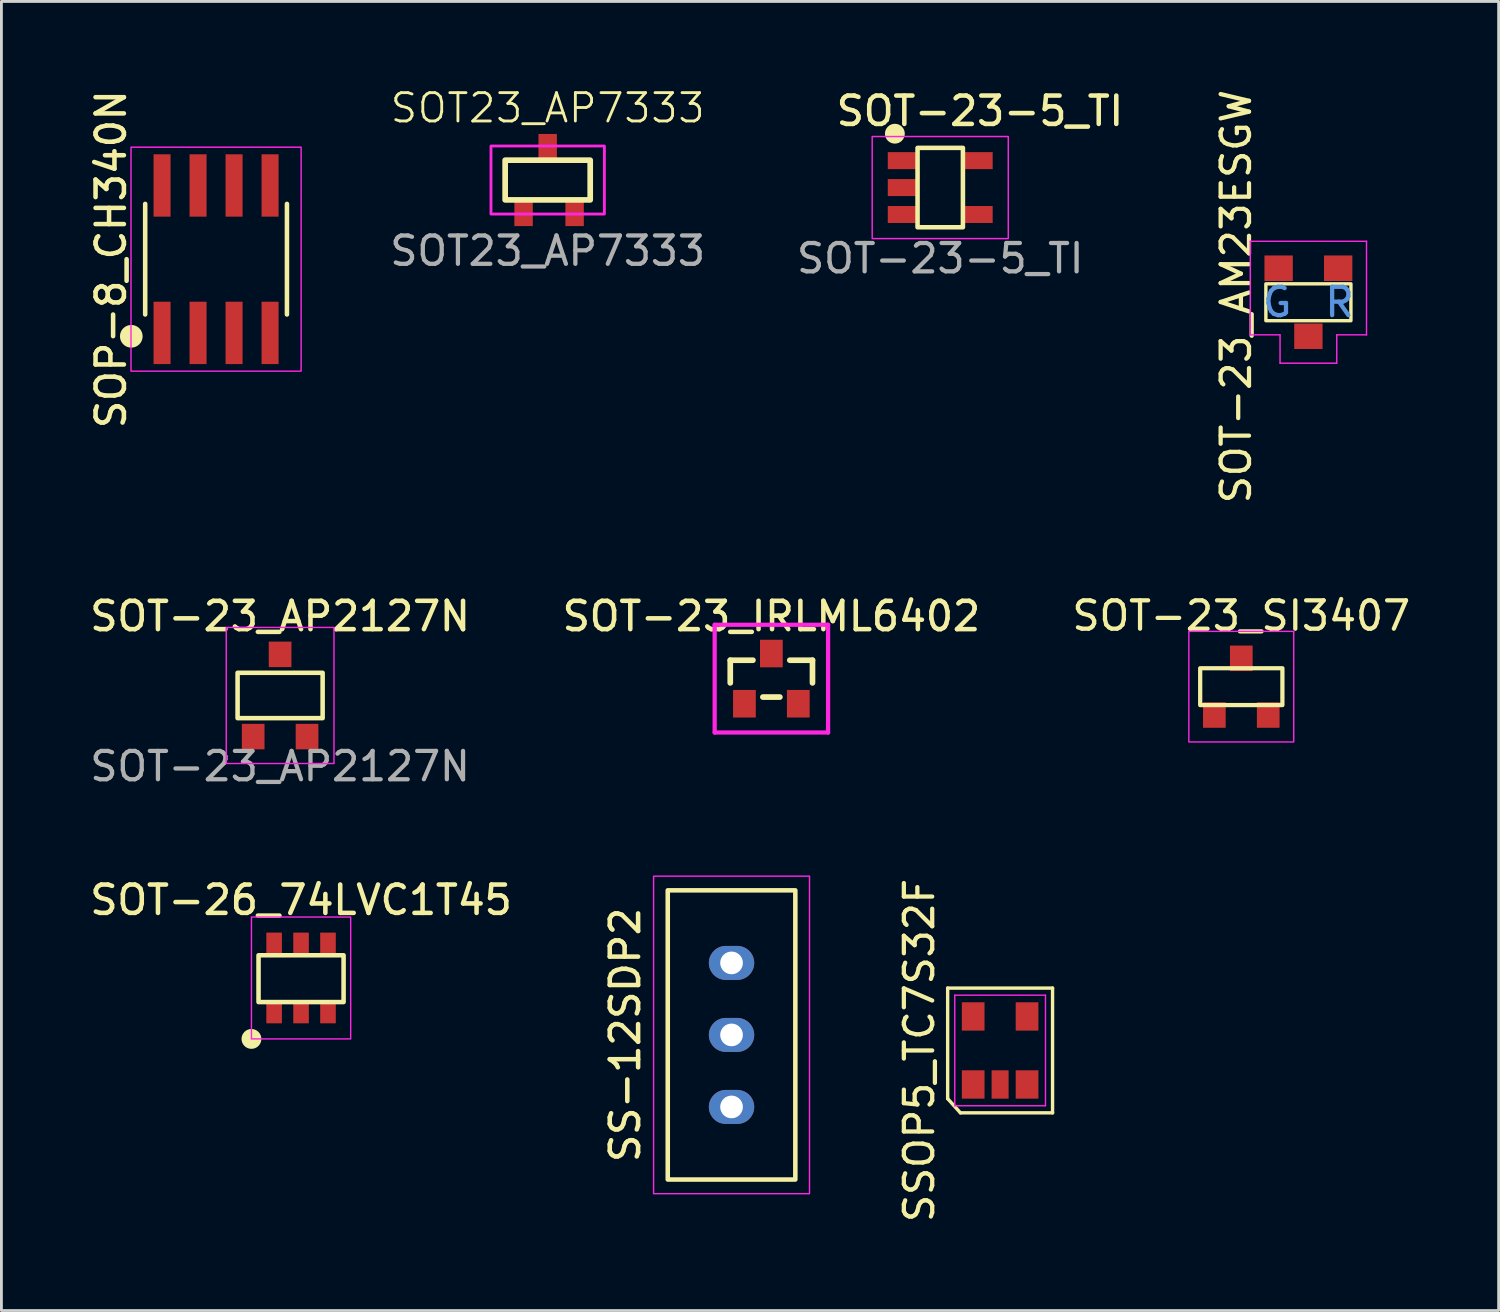
<source format=kicad_pcb>
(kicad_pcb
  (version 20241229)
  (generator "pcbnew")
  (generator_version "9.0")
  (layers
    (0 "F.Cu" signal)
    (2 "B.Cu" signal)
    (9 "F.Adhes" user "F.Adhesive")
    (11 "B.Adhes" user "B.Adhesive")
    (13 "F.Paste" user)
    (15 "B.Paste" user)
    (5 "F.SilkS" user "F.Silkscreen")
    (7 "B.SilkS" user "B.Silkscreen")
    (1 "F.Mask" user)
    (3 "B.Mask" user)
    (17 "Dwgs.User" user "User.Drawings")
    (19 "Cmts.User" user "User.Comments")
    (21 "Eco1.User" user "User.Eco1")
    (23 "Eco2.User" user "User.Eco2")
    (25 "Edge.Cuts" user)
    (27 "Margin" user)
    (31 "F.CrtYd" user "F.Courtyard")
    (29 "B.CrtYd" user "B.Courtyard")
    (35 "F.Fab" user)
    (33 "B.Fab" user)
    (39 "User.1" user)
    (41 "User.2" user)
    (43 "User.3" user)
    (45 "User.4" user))
  (footprint "SSOP5_TC7S32F"
    (layer "F.Cu")
    (at 32.226 34.002)
    (property "Reference" "SSOP5_TC7S32F" (at -2.85 0 90) (layer "F.SilkS") (effects (font (size 1 1) (thickness 0.15))))
    (attr smd)
    (fp_line (start -1.85 -2.2) (end 1.85 -2.2) (stroke (width 0.12) (type default)) (layer "F.SilkS"))
    (fp_line (start -1.85 1.7) (end -1.85 -2.2) (stroke (width 0.12) (type default)) (layer "F.SilkS"))
    (fp_line (start -1.4 2.2) (end -1.85 1.7) (stroke (width 0.12) (type default)) (layer "F.SilkS"))
    (fp_line (start 1.85 -2.2) (end 1.85 2.2) (stroke (width 0.12) (type default)) (layer "F.SilkS"))
    (fp_line (start 1.85 2.2) (end -1.4 2.2) (stroke (width 0.12) (type default)) (layer "F.SilkS"))
    (fp_line (start -1.6 -1.95) (end 1.6 -1.95) (stroke (width 0.05) (type default)) (layer "F.CrtYd"))
    (fp_line (start -1.6 1.95) (end -1.6 -1.95) (stroke (width 0.05) (type default)) (layer "F.CrtYd"))
    (fp_line (start 1.6 -1.95) (end 1.6 1.95) (stroke (width 0.05) (type default)) (layer "F.CrtYd"))
    (fp_line (start 1.6 1.95) (end -1.6 1.95) (stroke (width 0.05) (type default)) (layer "F.CrtYd"))
    (pad "1" smd rect (at -0.95 1.2) (size 0.8 1) (layers "F.Cu" "F.Mask" "F.Paste"))
    (pad "2" smd rect (at 0 1.2) (size 0.6 1) (layers "F.Cu" "F.Mask" "F.Paste"))
    (pad "3" smd rect (at 0.95 1.2) (size 0.8 1) (layers "F.Cu" "F.Mask" "F.Paste"))
    (pad "4" smd rect (at 0.95 -1.2) (size 0.8 1) (layers "F.Cu" "F.Mask" "F.Paste"))
    (pad "5" smd rect (at -0.95 -1.2) (size 0.8 1) (layers "F.Cu" "F.Mask" "F.Paste")))
  (footprint "SOT-23_AM23ESGW"
    (layer "F.Cu")
    (at 43.1 7.611)
    (property "Reference" "SOT-23_AM23ESGW" (at -2.55 -0.2 90) (unlocked yes) (layer "F.SilkS") (effects (font (size 1 1) (thickness 0.15))))
    (attr smd)
    (fp_rect (start -1.5 -0.65) (end 1.5 0.65) (stroke (width 0.12) (type solid)) (fill no) (layer "F.SilkS"))
    (fp_line (start -2.05 -2.15) (end -2.05 1.15) (stroke (width 0.05) (type solid)) (layer "F.CrtYd"))
    (fp_line (start -2.05 1.15) (end -1 1.15) (stroke (width 0.05) (type solid)) (layer "F.CrtYd"))
    (fp_line (start -1 1.15) (end -1 2.15) (stroke (width 0.05) (type solid)) (layer "F.CrtYd"))
    (fp_line (start -1 2.15) (end 1 2.15) (stroke (width 0.05) (type solid)) (layer "F.CrtYd"))
    (fp_line (start 1 1.15) (end 2.05 1.15) (stroke (width 0.05) (type solid)) (layer "F.CrtYd"))
    (fp_line (start 1 2.15) (end 1 1.15) (stroke (width 0.05) (type solid)) (layer "F.CrtYd"))
    (fp_line (start 2.05 -2.15) (end -2.05 -2.15) (stroke (width 0.05) (type solid)) (layer "F.CrtYd"))
    (fp_line (start 2.05 1.15) (end 2.05 -2.15) (stroke (width 0.05) (type solid)) (layer "F.CrtYd"))
    (fp_text user "G" (at -1.1 0 0) (unlocked yes) (layer "Cmts.User") (effects (font (size 1 1) (thickness 0.15))))
    (fp_text user "R" (at 1.1 0 0) (unlocked yes) (layer "Cmts.User") (effects (font (size 1 1) (thickness 0.15))))
    (pad "1" smd rect (at 1.05 -1.2) (size 1 0.9) (layers "F.Cu" "F.Mask" "F.Paste"))
    (pad "2" smd rect (at -1.05 -1.2) (size 1 0.9) (layers "F.Cu" "F.Mask" "F.Paste"))
    (pad "3" smd rect (at 0 1.2) (size 1 0.9) (layers "F.Cu" "F.Mask" "F.Paste")))
  (footprint "SS-12SDP2"
    (layer "F.Cu")
    (at 22.753 33.454)
    (property "Reference" "SS-12SDP2" (at -3.75 0 90) (unlocked yes) (layer "F.SilkS") (effects (font (size 1 1) (thickness 0.16))))
    (attr through_hole)
    (fp_rect (start -2.25 -5.1) (end 2.25 5.1) (stroke (width 0.16) (type solid)) (fill no) (layer "F.SilkS"))
    (fp_rect (start -2.75 -5.6) (end 2.75 5.6) (stroke (width 0.05) (type solid)) (fill no) (layer "F.CrtYd"))
    (pad "1" thru_hole oval (at 0 2.54) (size 1.6 1.2) (drill 0.8) (layers "*.Cu" "*.Mask"))
    (pad "2" thru_hole oval (at 0 0) (size 1.6 1.2) (drill 0.8) (layers "*.Cu" "*.Mask"))
    (pad "3" thru_hole oval (at 0 -2.54) (size 1.6 1.2) (drill 0.8) (layers "*.Cu" "*.Mask")))
  (footprint "SOT-23_IRLML6402"
    (layer "F.Cu")
    (at 24.158 20.887)
    (property "Reference" "SOT-23_IRLML6402" (at 0 -2.2 0) (layer "F.SilkS") (effects (font (size 1 1) (thickness 0.16))))
    (attr through_hole)
    (fp_line (start -1.45 0.15) (end -1.45 -0.65) (stroke (width 0.2) (type solid)) (layer "F.SilkS"))
    (fp_line (start -0.65 -0.65) (end -1.45 -0.65) (stroke (width 0.2) (type solid)) (layer "F.SilkS"))
    (fp_line (start -0.3 0.65) (end 0.3 0.65) (stroke (width 0.2) (type solid)) (layer "F.SilkS"))
    (fp_line (start 0.65 -0.65) (end 1.45 -0.65) (stroke (width 0.2) (type solid)) (layer "F.SilkS"))
    (fp_line (start 1.45 0.15) (end 1.45 -0.65) (stroke (width 0.2) (type solid)) (layer "F.SilkS"))
    (fp_line (start -2 -1.9) (end 2 -1.9) (stroke (width 0.15) (type solid)) (layer "F.CrtYd"))
    (fp_line (start -2 1.9) (end -2 -1.9) (stroke (width 0.15) (type solid)) (layer "F.CrtYd"))
    (fp_line (start 2 -1.9) (end 2 1.9) (stroke (width 0.15) (type solid)) (layer "F.CrtYd"))
    (fp_line (start 2 1.9) (end -2 1.9) (stroke (width 0.15) (type solid)) (layer "F.CrtYd"))
    (pad "1" smd rect (at -0.95 0.885) (size 0.802 0.972) (layers "F.Cu" "F.Mask" "F.Paste"))
    (pad "2" smd rect (at 0.95 0.885) (size 0.802 0.972) (layers "F.Cu" "F.Mask" "F.Paste"))
    (pad "3" smd rect (at 0 -0.885) (size 0.802 0.972) (layers "F.Cu" "F.Mask" "F.Paste")))
  (footprint "SOT-26_74LVC1T45"
    (layer "F.Cu")
    (at 7.569 31.445)
    (property "Reference" "SOT-26_74LVC1T45" (at 0 -2.75 0) (unlocked yes) (layer "F.SilkS") (effects (font (size 1 1) (thickness 0.16))))
    (attr smd)
    (fp_rect (start -1.5 -0.8) (end 1.5 0.85) (stroke (width 0.16) (type default)) (fill no) (layer "F.SilkS"))
    (fp_circle (center -1.75 2.15) (end -1.45 2.15) (stroke (width 0.1) (type solid)) (fill yes) (layer "F.SilkS"))
    (fp_rect (start -1.75 -2.15) (end 1.75 2.15) (stroke (width 0.05) (type default)) (fill no) (layer "F.CrtYd"))
    (pad "1" smd rect (at -0.95 1.2) (size 0.55 0.8) (layers "F.Cu" "F.Mask" "F.Paste"))
    (pad "2" smd rect (at 0 1.2) (size 0.55 0.8) (layers "F.Cu" "F.Mask" "F.Paste"))
    (pad "3" smd rect (at 0.95 1.2) (size 0.55 0.8) (layers "F.Cu" "F.Mask" "F.Paste"))
    (pad "4" smd rect (at 0.95 -1.2) (size 0.55 0.8) (layers "F.Cu" "F.Mask" "F.Paste"))
    (pad "5" smd rect (at 0 -1.2) (size 0.55 0.8) (layers "F.Cu" "F.Mask" "F.Paste"))
    (pad "6" smd rect (at -0.95 -1.2) (size 0.55 0.8) (layers "F.Cu" "F.Mask" "F.Paste")))
  (footprint "SOT23_AP7333"
    (layer "F.Cu")
    (at 16.268 3.3)
    (property "Reference" "SOT23_AP7333" (at 0 -2.54 0) (unlocked yes) (layer "F.SilkS") (effects (font (size 1 1) (thickness 0.1))))
    (attr smd)
    (fp_rect (start -1.5 -0.7) (end 1.5 0.7) (stroke (width 0.2) (type default)) (fill no) (layer "F.SilkS"))
    (fp_rect (start -2 -1.2) (end 2 1.2) (stroke (width 0.1) (type default)) (fill no) (layer "F.CrtYd"))
    (fp_text user "${REFERENCE}" (at 0 2.5 0) (unlocked yes) (layer "F.Fab") (effects (font (size 1 1) (thickness 0.15))))
    (pad "1" smd rect (at -0.85 1.15) (size 0.65 0.95) (layers "F.Cu" "F.Mask" "F.Paste"))
    (pad "2" smd rect (at 0.95 1.15) (size 0.65 0.95) (layers "F.Cu" "F.Mask" "F.Paste"))
    (pad "3" smd rect (at 0 -1.15) (size 0.65 0.95) (layers "F.Cu" "F.Mask" "F.Paste")))
  (footprint "SOT-23-5_TI"
    (layer "F.Cu")
    (at 30.114 3.566)
    (property "Reference" "SOT-23-5_TI" (at 1.4 -2.7 0) (unlocked yes) (layer "F.SilkS") (effects (font (size 1 1) (thickness 0.16))))
    (attr smd)
    (fp_rect (start -0.8 -1.4) (end 0.8 1.4) (stroke (width 0.16) (type default)) (fill no) (layer "F.SilkS"))
    (fp_circle (center -1.6 -1.9) (end -1.3 -1.9) (stroke (width 0.1) (type solid)) (fill yes) (layer "F.SilkS"))
    (fp_rect (start -2.4 -1.8) (end 2.4 1.8) (stroke (width 0.05) (type default)) (fill no) (layer "F.CrtYd"))
    (fp_text user "${REFERENCE}" (at 0 2.5 0) (unlocked yes) (layer "F.Fab") (effects (font (size 1 1) (thickness 0.15))))
    (pad "1" smd rect (at -1.3 -0.95) (size 1.1 0.6) (layers "F.Cu" "F.Mask" "F.Paste"))
    (pad "2" smd rect (at -1.3 0) (size 1.1 0.6) (layers "F.Cu" "F.Mask" "F.Paste"))
    (pad "3" smd rect (at -1.3 0.95) (size 1.1 0.6) (layers "F.Cu" "F.Mask" "F.Paste"))
    (pad "4" smd rect (at 1.3 0.95) (size 1.1 0.6) (layers "F.Cu" "F.Mask" "F.Paste"))
    (pad "5" smd rect (at 1.3 -0.95) (size 1.1 0.6) (layers "F.Cu" "F.Mask" "F.Paste")))
  (footprint "SOT-23_AP2127N"
    (layer "F.Cu")
    (at 6.83 21.481)
    (property "Reference" "SOT-23_AP2127N" (at 0 -2.794 0) (unlocked yes) (layer "F.SilkS") (effects (font (size 1 1) (thickness 0.16))))
    (attr smd)
    (fp_rect (start -1.5 -0.8) (end 1.5 0.8) (stroke (width 0.16) (type default)) (fill no) (layer "F.SilkS"))
    (fp_rect (start -1.9 -2.4) (end 1.9 2.4) (stroke (width 0.05) (type default)) (fill no) (layer "F.CrtYd"))
    (fp_text user "${REFERENCE}" (at 0 2.5 0) (unlocked yes) (layer "F.Fab") (effects (font (size 1 1) (thickness 0.15))))
    (pad "1" smd rect (at -0.95 1.45) (size 0.8 0.9) (layers "F.Cu" "F.Mask" "F.Paste"))
    (pad "2" smd rect (at 0.95 1.45) (size 0.8 0.9) (layers "F.Cu" "F.Mask" "F.Paste"))
    (pad "3" smd rect (at 0 -1.45) (size 0.8 0.9) (layers "F.Cu" "F.Mask" "F.Paste")))
  (footprint "SOP-8_CH340N"
    (layer "F.Cu")
    (at 4.571 6.092)
    (property "Reference" "SOP-8_CH340N" (at -3.705 0 90) (layer "F.SilkS") (effects (font (size 1 1) (thickness 0.16))))
    (attr smd)
    (fp_line (start -2.5 -1.95) (end -2.5 1.95) (stroke (width 0.16) (type default)) (layer "F.SilkS"))
    (fp_line (start 2.5 -1.95) (end 2.5 1.95) (stroke (width 0.16) (type default)) (layer "F.SilkS"))
    (fp_circle (center -2.99 2.72) (end -2.64 2.72) (stroke (width 0.1) (type solid)) (fill yes) (layer "F.SilkS"))
    (fp_rect (start -3 -3.95) (end 3 3.95) (stroke (width 0.05) (type default)) (fill no) (layer "F.CrtYd"))
    (pad "1" smd rect (at -1.905 2.6) (size 0.6 2.2) (layers "F.Cu" "F.Mask" "F.Paste"))
    (pad "2" smd rect (at -0.635 2.6) (size 0.6 2.2) (layers "F.Cu" "F.Mask" "F.Paste"))
    (pad "3" smd rect (at 0.635 2.6) (size 0.6 2.2) (layers "F.Cu" "F.Mask" "F.Paste"))
    (pad "4" smd rect (at 1.905 2.6) (size 0.6 2.2) (layers "F.Cu" "F.Mask" "F.Paste"))
    (pad "5" smd rect (at 1.905 -2.6) (size 0.6 2.2) (layers "F.Cu" "F.Mask" "F.Paste"))
    (pad "6" smd rect (at 0.635 -2.6) (size 0.6 2.2) (layers "F.Cu" "F.Mask" "F.Paste"))
    (pad "7" smd rect (at -0.635 -2.6) (size 0.6 2.2) (layers "F.Cu" "F.Mask" "F.Paste"))
    (pad "8" smd rect (at -1.905 -2.6) (size 0.6 2.2) (layers "F.Cu" "F.Mask" "F.Paste")))
  (footprint "SOT-23_SI3407"
    (layer "F.Cu")
    (at 40.733 21.17)
    (property "Reference" "SOT-23_SI3407" (at 0 -2.5 0) (unlocked yes) (layer "F.SilkS") (effects (font (size 1 1) (thickness 0.15))))
    (attr smd)
    (fp_rect (start -1.45 0.65) (end 1.45 -0.65) (stroke (width 0.15) (type solid)) (fill no) (layer "F.SilkS"))
    (fp_rect (start -1.85 1.95) (end 1.85 -1.95) (stroke (width 0.05) (type solid)) (fill no) (layer "F.CrtYd"))
    (pad "1" smd rect (at -0.95 1) (size 0.8 0.9) (layers "F.Cu" "F.Mask" "F.Paste"))
    (pad "2" smd rect (at 0.95 1) (size 0.8 0.9) (layers "F.Cu" "F.Mask" "F.Paste"))
    (pad "3" smd rect (at 0 -1) (size 0.8 0.9) (layers "F.Cu" "F.Mask" "F.Paste")))
  (gr_rect
    (start -3 -3)
    (end 49.81 43.175)
    (stroke (width 0.1) (type default))
    (fill no)
    (layer "Edge.Cuts")))
</source>
